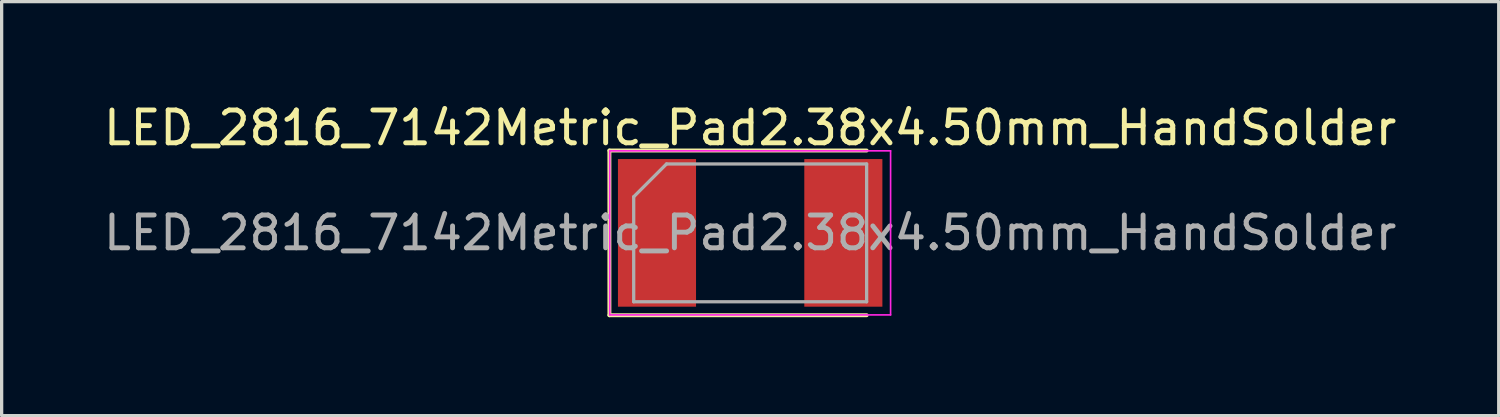
<source format=kicad_pcb>
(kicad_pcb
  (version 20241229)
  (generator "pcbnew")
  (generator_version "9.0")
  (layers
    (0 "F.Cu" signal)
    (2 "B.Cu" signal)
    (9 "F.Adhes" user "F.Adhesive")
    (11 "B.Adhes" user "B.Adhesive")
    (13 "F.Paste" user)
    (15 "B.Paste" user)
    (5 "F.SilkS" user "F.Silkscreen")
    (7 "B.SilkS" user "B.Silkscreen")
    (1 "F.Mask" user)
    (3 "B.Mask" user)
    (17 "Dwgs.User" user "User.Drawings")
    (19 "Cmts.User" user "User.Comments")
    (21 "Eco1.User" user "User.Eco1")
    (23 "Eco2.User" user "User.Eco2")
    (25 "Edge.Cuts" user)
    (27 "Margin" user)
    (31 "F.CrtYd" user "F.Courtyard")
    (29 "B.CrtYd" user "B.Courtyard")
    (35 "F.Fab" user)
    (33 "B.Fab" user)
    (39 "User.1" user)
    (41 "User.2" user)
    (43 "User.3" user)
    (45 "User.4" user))
  (footprint "LED_2816_7142Metric_Pad2.38x4.50mm_HandSolder"
    (layer "F.Cu")
    (at 19.815 4.048)
    (property "Reference" "LED_2816_7142Metric_Pad2.38x4.50mm_HandSolder" (at 0 -3.2 0) (layer "F.SilkS") (effects (font (size 1 1) (thickness 0.15))))
    (attr smd)
    (fp_line (start -4.29 -2.51) (end -4.29 2.51) (stroke (width 0.12) (type solid)) (layer "F.SilkS"))
    (fp_line (start -4.29 2.51) (end 3.55 2.51) (stroke (width 0.12) (type solid)) (layer "F.SilkS"))
    (fp_line (start 3.55 -2.51) (end -4.29 -2.51) (stroke (width 0.12) (type solid)) (layer "F.SilkS"))
    (fp_line (start -4.28 -2.5) (end 4.28 -2.5) (stroke (width 0.05) (type solid)) (layer "F.CrtYd"))
    (fp_line (start -4.28 2.5) (end -4.28 -2.5) (stroke (width 0.05) (type solid)) (layer "F.CrtYd"))
    (fp_line (start 4.28 -2.5) (end 4.28 2.5) (stroke (width 0.05) (type solid)) (layer "F.CrtYd"))
    (fp_line (start 4.28 2.5) (end -4.28 2.5) (stroke (width 0.05) (type solid)) (layer "F.CrtYd"))
    (fp_line (start -3.55 -1.1) (end -3.55 2.1) (stroke (width 0.1) (type solid)) (layer "F.Fab"))
    (fp_line (start -3.55 2.1) (end 3.55 2.1) (stroke (width 0.1) (type solid)) (layer "F.Fab"))
    (fp_line (start -2.55 -2.1) (end -3.55 -1.1) (stroke (width 0.1) (type solid)) (layer "F.Fab"))
    (fp_line (start 3.55 -2.1) (end -2.55 -2.1) (stroke (width 0.1) (type solid)) (layer "F.Fab"))
    (fp_line (start 3.55 2.1) (end 3.55 -2.1) (stroke (width 0.1) (type solid)) (layer "F.Fab"))
    (fp_text user "${REFERENCE}" (at 0 0 0) (layer "F.Fab") (effects (font (size 1 1) (thickness 0.15))))
    (pad "1" smd rect (at -2.84 0) (size 2.38 4.5) (layers "F.Cu" "F.Mask" "F.Paste"))
    (pad "2" smd rect (at 2.84 0) (size 2.38 4.5) (layers "F.Cu" "F.Mask" "F.Paste")))
  (gr_rect
    (start -3 -3)
    (end 42.631 9.618)
    (stroke (width 0.1) (type default))
    (fill no)
    (layer "Edge.Cuts")))
</source>
